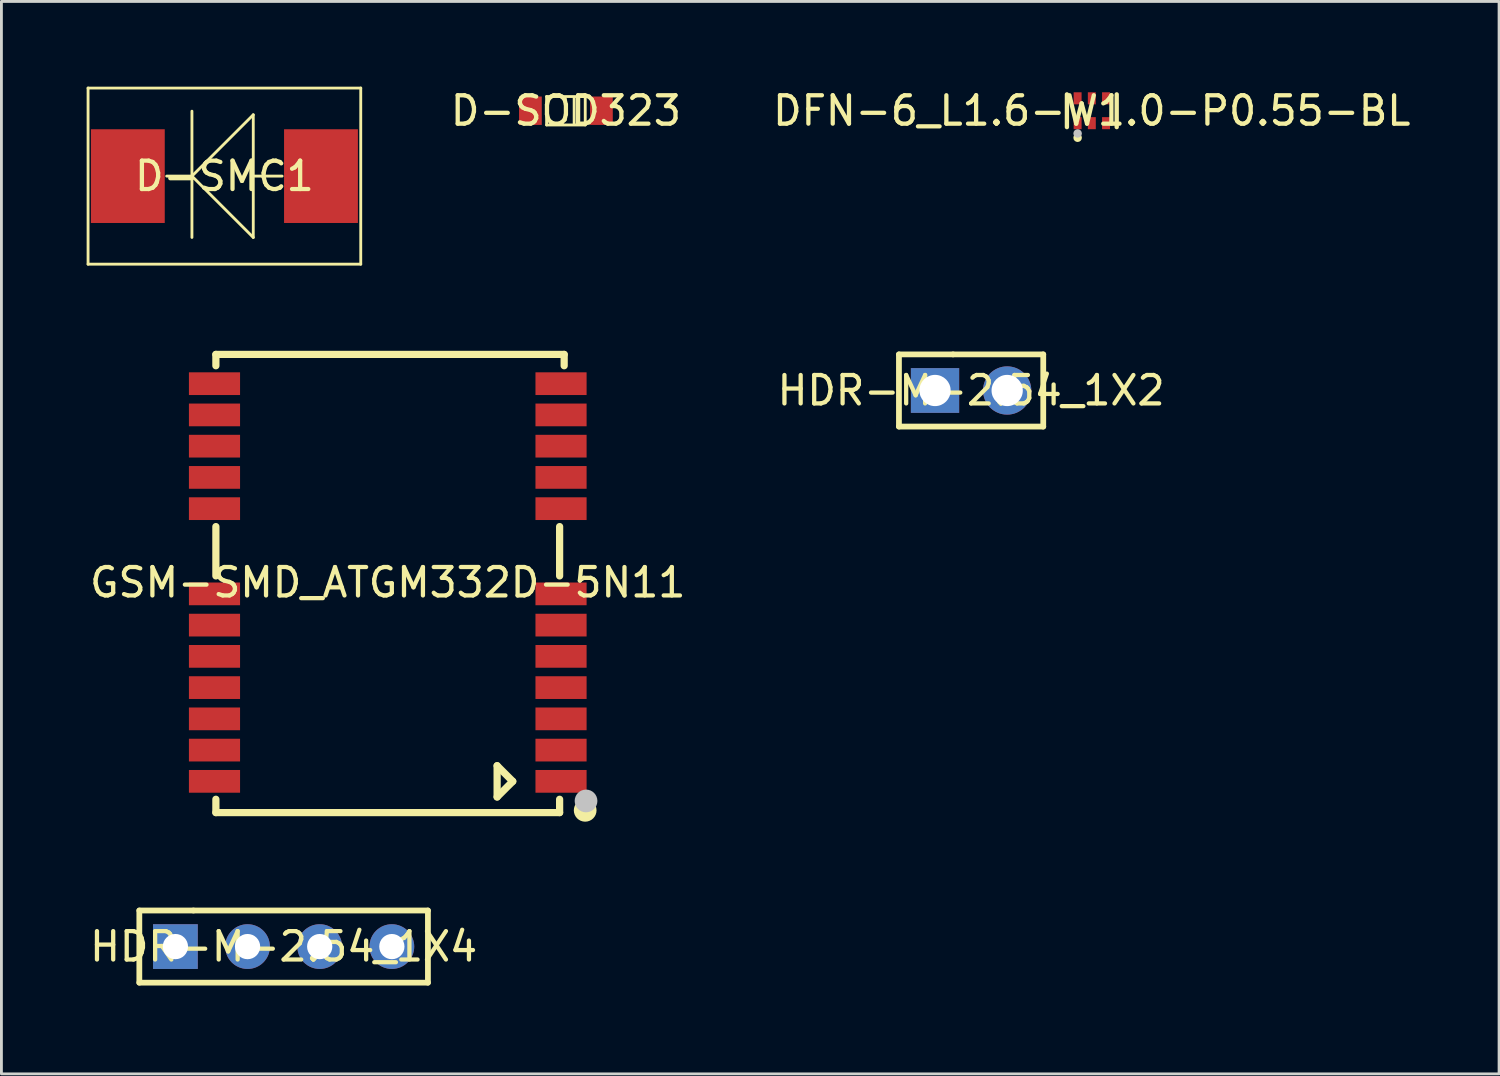
<source format=kicad_pcb>
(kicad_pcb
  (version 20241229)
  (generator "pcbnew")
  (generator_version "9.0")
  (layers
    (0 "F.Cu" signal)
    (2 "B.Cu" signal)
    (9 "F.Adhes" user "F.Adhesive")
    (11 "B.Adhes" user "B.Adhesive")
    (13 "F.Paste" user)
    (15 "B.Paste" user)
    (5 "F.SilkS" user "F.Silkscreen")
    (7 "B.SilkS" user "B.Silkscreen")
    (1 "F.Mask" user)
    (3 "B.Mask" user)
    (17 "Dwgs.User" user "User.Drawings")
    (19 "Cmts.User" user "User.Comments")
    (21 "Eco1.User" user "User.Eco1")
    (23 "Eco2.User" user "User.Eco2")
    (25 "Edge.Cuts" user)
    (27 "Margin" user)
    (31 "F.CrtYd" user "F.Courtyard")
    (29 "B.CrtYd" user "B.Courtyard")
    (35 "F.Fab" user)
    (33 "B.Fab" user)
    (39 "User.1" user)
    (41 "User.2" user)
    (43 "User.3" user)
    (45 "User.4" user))
  (footprint "HDR-M-2.54_1X4"
    (layer "F.Cu")
    (at 6.935 30.274)
    (property "Reference" "HDR-M-2.54_1X4" (at 0 0 0) (layer "F.SilkS") (effects (font (size 1 1) (thickness 0.15))))
    (fp_line (start -5.08 -1.27) (end -3.175 -1.27) (stroke (width 0.203) (type default)) (layer "F.SilkS"))
    (fp_line (start -5.08 1.27) (end -5.08 -1.27) (stroke (width 0.203) (type default)) (layer "F.SilkS"))
    (fp_line (start 5.08 -1.27) (end -3.175 -1.27) (stroke (width 0.203) (type default)) (layer "F.SilkS"))
    (fp_line (start 5.08 -1.27) (end 5.08 1.27) (stroke (width 0.203) (type default)) (layer "F.SilkS"))
    (fp_line (start 5.08 1.27) (end -5.08 1.27) (stroke (width 0.203) (type default)) (layer "F.SilkS"))
    (fp_poly (pts (xy -3.466 0) (xy -3.486 -0.118) (xy -3.546 -0.221) (xy -3.638 -0.298) (xy -3.75 -0.339) (xy -3.87 -0.339) (xy -3.982 -0.298) (xy -4.074 -0.221) (xy -4.134 -0.118) (xy -4.154 0) (xy -4.134 0.118) (xy -4.074 0.221) (xy -3.982 0.298) (xy -3.87 0.339) (xy -3.75 0.339) (xy -3.638 0.298) (xy -3.546 0.221) (xy -3.486 0.118)) (stroke (width 0.1) (type default)) (fill no) (layer "User.1"))
    (fp_poly (pts (xy -0.925 0) (xy -0.946 -0.118) (xy -1.006 -0.221) (xy -1.098 -0.298) (xy -1.21 -0.339) (xy -1.33 -0.339) (xy -1.442 -0.298) (xy -1.534 -0.221) (xy -1.594 -0.118) (xy -1.615 0) (xy -1.594 0.118) (xy -1.534 0.221) (xy -1.442 0.298) (xy -1.33 0.339) (xy -1.21 0.339) (xy -1.098 0.298) (xy -1.006 0.221) (xy -0.946 0.118)) (stroke (width 0.1) (type default)) (fill no) (layer "User.1"))
    (fp_poly (pts (xy 1.615 0) (xy 1.594 -0.118) (xy 1.534 -0.221) (xy 1.442 -0.298) (xy 1.33 -0.339) (xy 1.21 -0.339) (xy 1.098 -0.298) (xy 1.006 -0.221) (xy 0.946 -0.118) (xy 0.925 0) (xy 0.946 0.118) (xy 1.006 0.221) (xy 1.098 0.298) (xy 1.21 0.339) (xy 1.33 0.339) (xy 1.442 0.298) (xy 1.534 0.221) (xy 1.594 0.118)) (stroke (width 0.1) (type default)) (fill no) (layer "User.1"))
    (fp_poly (pts (xy 4.154 0) (xy 4.134 -0.118) (xy 4.074 -0.221) (xy 3.982 -0.298) (xy 3.87 -0.339) (xy 3.75 -0.339) (xy 3.638 -0.298) (xy 3.546 -0.221) (xy 3.486 -0.118) (xy 3.466 0) (xy 3.486 0.118) (xy 3.546 0.221) (xy 3.638 0.298) (xy 3.75 0.339) (xy 3.87 0.339) (xy 3.982 0.298) (xy 4.074 0.221) (xy 4.134 0.118)) (stroke (width 0.1) (type default)) (fill no) (layer "User.1"))
    (fp_line (start -5.181 -1.371) (end 5.181 -1.371) (stroke (width 0.051) (type default)) (layer "User.2"))
    (fp_line (start -5.181 1.371) (end -5.181 -1.371) (stroke (width 0.051) (type default)) (layer "User.2"))
    (fp_line (start 5.181 -1.371) (end 5.181 1.371) (stroke (width 0.051) (type default)) (layer "User.2"))
    (fp_line (start 5.181 1.371) (end -5.181 1.371) (stroke (width 0.051) (type default)) (layer "User.2"))
    (fp_poly (pts (xy -5.122 1.371) (xy -5.139 1.329) (xy -5.181 1.312) (xy -5.224 1.329) (xy -5.242 1.371) (xy -5.224 1.414) (xy -5.181 1.431) (xy -5.139 1.414)) (stroke (width 0.1) (type default)) (fill no) (layer "User.3"))
    (pad "1" thru_hole rect (at -3.81 0) (size 1.575 1.575) (drill 0.889) (layers "*.Cu" "*.Mask"))
    (pad "2" thru_hole circle (at -1.27 0) (size 1.575 1.575) (drill 0.889) (layers "*.Cu" "*.Mask"))
    (pad "3" thru_hole circle (at 1.27 0) (size 1.575 1.575) (drill 0.889) (layers "*.Cu" "*.Mask"))
    (pad "4" thru_hole circle (at 3.81 0) (size 1.575 1.575) (drill 0.889) (layers "*.Cu" "*.Mask")))
  (footprint "D-SMC1"
    (layer "F.Cu")
    (at 4.85 3.15)
    (property "Reference" "D-SMC1" (at 0 0 0) (layer "F.SilkS") (effects (font (size 1 1) (thickness 0.15))))
    (fp_line (start -4.8 -3.1) (end -4.8 3.1) (stroke (width 0.1) (type default)) (layer "F.SilkS"))
    (fp_line (start -4.8 3.1) (end 4.8 3.1) (stroke (width 0.1) (type default)) (layer "F.SilkS"))
    (fp_line (start -1.143 -2.286) (end -1.143 2.159) (stroke (width 0.1) (type default)) (layer "F.SilkS"))
    (fp_line (start -1.143 0) (end -2.032 0) (stroke (width 0.1) (type default)) (layer "F.SilkS"))
    (fp_line (start -1.143 0) (end 1.016 -2.159) (stroke (width 0.1) (type default)) (layer "F.SilkS"))
    (fp_line (start -1.143 0) (end 1.016 2.159) (stroke (width 0.1) (type default)) (layer "F.SilkS"))
    (fp_line (start 1.016 -2.159) (end 1.016 2.159) (stroke (width 0.1) (type default)) (layer "F.SilkS"))
    (fp_line (start 1.016 0) (end 2.032 0) (stroke (width 0.1) (type default)) (layer "F.SilkS"))
    (fp_line (start 4.8 -3.1) (end -4.8 -3.1) (stroke (width 0.1) (type default)) (layer "F.SilkS"))
    (fp_line (start 4.8 3.1) (end 4.8 -3.1) (stroke (width 0.1) (type default)) (layer "F.SilkS"))
    (pad "1" smd rect (at 3.4 0 90) (size 3.3 2.6) (layers "F.Cu" "F.Mask" "F.Paste"))
    (pad "2" smd rect (at -3.4 0 90) (size 3.3 2.6) (layers "F.Cu" "F.Mask" "F.Paste")))
  (footprint "D-SOD323"
    (layer "F.Cu")
    (at 16.873 0.848)
    (property "Reference" "D-SOD323" (at 0 0 0) (layer "F.SilkS") (effects (font (size 1 1) (thickness 0.15))))
    (fp_line (start -0.68 -0.5) (end 0.68 -0.499) (stroke (width 0.1) (type default)) (layer "F.SilkS"))
    (fp_line (start -0.68 0.501) (end -0.68 -0.5) (stroke (width 0.1) (type default)) (layer "F.SilkS"))
    (fp_line (start 0.29 0.451) (end 0.29 -0.449) (stroke (width 0.1) (type default)) (layer "F.SilkS"))
    (fp_line (start 0.68 -0.499) (end 0.68 0.501) (stroke (width 0.1) (type default)) (layer "F.SilkS"))
    (fp_line (start 0.68 0.501) (end -0.68 0.501) (stroke (width 0.1) (type default)) (layer "F.SilkS"))
    (pad "A" smd rect (at -1.25 0 90) (size 1 0.8) (layers "F.Cu" "F.Mask" "F.Paste"))
    (pad "K" smd rect (at 1.25 0 90) (size 1 0.8) (layers "F.Cu" "F.Mask" "F.Paste")))
  (footprint "HDR-M-2.54_1X2"
    (layer "F.Cu")
    (at 31.137 10.697)
    (property "Reference" "HDR-M-2.54_1X2" (at 0 0 0) (layer "F.SilkS") (effects (font (size 1 1) (thickness 0.15))))
    (fp_line (start -2.54 -1.27) (end -0.635 -1.27) (stroke (width 0.203) (type default)) (layer "F.SilkS"))
    (fp_line (start -2.54 1.27) (end -2.54 -1.27) (stroke (width 0.203) (type default)) (layer "F.SilkS"))
    (fp_line (start 2.54 -1.27) (end -0.635 -1.27) (stroke (width 0.203) (type default)) (layer "F.SilkS"))
    (fp_line (start 2.54 -1.27) (end 2.54 1.27) (stroke (width 0.203) (type default)) (layer "F.SilkS"))
    (fp_line (start 2.54 1.27) (end -2.54 1.27) (stroke (width 0.203) (type default)) (layer "F.SilkS"))
    (fp_poly (pts (xy -0.82 0) (xy -0.838 -0.127) (xy -0.891 -0.243) (xy -0.975 -0.34) (xy -1.083 -0.409) (xy -1.206 -0.445) (xy -1.334 -0.445) (xy -1.457 -0.409) (xy -1.565 -0.34) (xy -1.649 -0.243) (xy -1.702 -0.127) (xy -1.72 0) (xy -1.702 0.127) (xy -1.649 0.243) (xy -1.565 0.34) (xy -1.457 0.409) (xy -1.334 0.445) (xy -1.206 0.445) (xy -1.083 0.409) (xy -0.975 0.34) (xy -0.891 0.243) (xy -0.838 0.127)) (stroke (width 0.1) (type default)) (fill no) (layer "User.1"))
    (fp_poly (pts (xy 1.72 0) (xy 1.702 -0.127) (xy 1.649 -0.243) (xy 1.565 -0.34) (xy 1.457 -0.409) (xy 1.334 -0.445) (xy 1.206 -0.445) (xy 1.083 -0.409) (xy 0.975 -0.34) (xy 0.891 -0.243) (xy 0.838 -0.127) (xy 0.82 0) (xy 0.838 0.127) (xy 0.891 0.243) (xy 0.975 0.34) (xy 1.083 0.409) (xy 1.206 0.445) (xy 1.334 0.445) (xy 1.457 0.409) (xy 1.565 0.34) (xy 1.649 0.243) (xy 1.702 0.127)) (stroke (width 0.1) (type default)) (fill no) (layer "User.1"))
    (fp_line (start -2.642 -1.371) (end 2.642 -1.371) (stroke (width 0.051) (type default)) (layer "User.2"))
    (fp_line (start -2.642 1.371) (end -2.642 -1.371) (stroke (width 0.051) (type default)) (layer "User.2"))
    (fp_line (start 2.642 -1.371) (end 2.642 1.371) (stroke (width 0.051) (type default)) (layer "User.2"))
    (fp_line (start 2.642 1.371) (end -2.642 1.371) (stroke (width 0.051) (type default)) (layer "User.2"))
    (fp_poly (pts (xy -2.582 1.371) (xy -2.599 1.329) (xy -2.642 1.312) (xy -2.684 1.329) (xy -2.701 1.371) (xy -2.684 1.414) (xy -2.642 1.431) (xy -2.599 1.414)) (stroke (width 0.1) (type default)) (fill no) (layer "User.3"))
    (pad "1" thru_hole rect (at -1.27 0) (size 1.7 1.575) (drill 1.1) (layers "*.Cu" "*.Mask"))
    (pad "2" thru_hole circle (at 1.27 0) (size 1.7 1.7) (drill 1.1) (layers "*.Cu" "*.Mask")))
  (footprint "DFN-6_L1.6-W1.0-P0.55-BL"
    (layer "F.Cu")
    (at 35.385 0.848)
    (property "Reference" "DFN-6_L1.6-W1.0-P0.55-BL" (at 0 0 0) (layer "F.SilkS") (effects (font (size 1 1) (thickness 0.15))))
    (fp_line (start -0.875 0.577) (end -0.875 -0.576) (stroke (width 0.152) (type default)) (layer "F.SilkS"))
    (fp_line (start 0.878 0.577) (end 0.878 -0.576) (stroke (width 0.152) (type default)) (layer "F.SilkS"))
    (fp_circle (center -0.498 0.951) (end -0.423 0.951) (stroke (width 0.15) (type default)) (fill no) (layer "F.SilkS"))
    (fp_circle (center -0.498 0.8) (end -0.423 0.8) (stroke (width 0.15) (type default)) (fill no) (layer "Dwgs.User"))
    (fp_poly (pts (xy -0.603 -0.499) (xy -0.603 -0.249) (xy -0.393 -0.249) (xy -0.393 -0.499)) (stroke (width 0.1) (type default)) (fill no) (layer "User.1"))
    (fp_poly (pts (xy -0.603 0.5) (xy -0.603 0.251) (xy -0.393 0.251) (xy -0.393 0.5)) (stroke (width 0.1) (type default)) (fill no) (layer "User.1"))
    (fp_poly (pts (xy -0.103 -0.499) (xy -0.103 -0.249) (xy 0.107 -0.249) (xy 0.107 -0.499)) (stroke (width 0.1) (type default)) (fill no) (layer "User.1"))
    (fp_poly (pts (xy -0.103 0.5) (xy -0.103 0.251) (xy 0.107 0.251) (xy 0.107 0.5)) (stroke (width 0.1) (type default)) (fill no) (layer "User.1"))
    (fp_poly (pts (xy 0.397 -0.499) (xy 0.397 -0.249) (xy 0.607 -0.249) (xy 0.607 -0.499)) (stroke (width 0.1) (type default)) (fill no) (layer "User.1"))
    (fp_poly (pts (xy 0.397 0.5) (xy 0.397 0.251) (xy 0.607 0.251) (xy 0.607 0.5)) (stroke (width 0.1) (type default)) (fill no) (layer "User.1"))
    (fp_line (start -0.798 -0.499) (end 0.802 -0.499) (stroke (width 0.051) (type default)) (layer "User.2"))
    (fp_line (start -0.798 0.5) (end -0.798 -0.499) (stroke (width 0.051) (type default)) (layer "User.2"))
    (fp_line (start 0.802 -0.499) (end 0.802 0.5) (stroke (width 0.051) (type default)) (layer "User.2"))
    (fp_line (start 0.802 0.5) (end -0.798 0.5) (stroke (width 0.051) (type default)) (layer "User.2"))
    (fp_poly (pts (xy -0.738 0.5) (xy -0.756 0.458) (xy -0.798 0.441) (xy -0.84 0.458) (xy -0.858 0.5) (xy -0.84 0.543) (xy -0.798 0.56) (xy -0.756 0.543)) (stroke (width 0.1) (type default)) (fill no) (layer "User.3"))
    (pad "1" smd rect (at -0.498 0.438) (size 0.28 0.425) (layers "F.Cu" "F.Mask" "F.Paste"))
    (pad "2" smd rect (at 0.002 0.438) (size 0.28 0.425) (layers "F.Cu" "F.Mask" "F.Paste"))
    (pad "3" smd rect (at 0.502 0.438) (size 0.28 0.425) (layers "F.Cu" "F.Mask" "F.Paste"))
    (pad "4" smd rect (at 0.502 -0.437) (size 0.28 0.425) (layers "F.Cu" "F.Mask" "F.Paste"))
    (pad "5" smd rect (at 0.002 -0.437) (size 0.28 0.425) (layers "F.Cu" "F.Mask" "F.Paste"))
    (pad "6" smd rect (at -0.498 -0.437) (size 0.28 0.425) (layers "F.Cu" "F.Mask" "F.Paste")))
  (footprint "GSM-SMD_ATGM332D-5N11"
    (layer "F.Cu")
    (at 10.601 17.457)
    (property "Reference" "GSM-SMD_ATGM332D-5N11" (at 0 0 0) (layer "F.SilkS") (effects (font (size 1 1) (thickness 0.15))))
    (fp_line (start -6.051 -8.03) (end 6.21 -8.03) (stroke (width 0.254) (type default)) (layer "F.SilkS"))
    (fp_line (start -6.051 -7.631) (end -6.051 -8.03) (stroke (width 0.254) (type default)) (layer "F.SilkS"))
    (fp_line (start -6.051 -1.969) (end -6.051 -0.232) (stroke (width 0.254) (type default)) (layer "F.SilkS"))
    (fp_line (start -6.051 7.631) (end -6.051 8.1) (stroke (width 0.254) (type default)) (layer "F.SilkS"))
    (fp_line (start -6.051 8.1) (end 6.05 8.1) (stroke (width 0.254) (type default)) (layer "F.SilkS"))
    (fp_line (start 3.85 6.45) (end 4.4 7) (stroke (width 0.254) (type default)) (layer "F.SilkS"))
    (fp_line (start 3.85 7.55) (end 3.85 6.45) (stroke (width 0.254) (type default)) (layer "F.SilkS"))
    (fp_line (start 4.4 7) (end 3.85 7.55) (stroke (width 0.254) (type default)) (layer "F.SilkS"))
    (fp_line (start 6.05 -1.969) (end 6.05 -0.232) (stroke (width 0.254) (type default)) (layer "F.SilkS"))
    (fp_line (start 6.05 7.631) (end 6.05 8.1) (stroke (width 0.254) (type default)) (layer "F.SilkS"))
    (fp_line (start 6.21 -8.03) (end 6.21 -7.631) (stroke (width 0.254) (type default)) (layer "F.SilkS"))
    (fp_circle (center 6.95 8.02) (end 7.15 8.02) (stroke (width 0.4) (type default)) (fill no) (layer "F.SilkS"))
    (fp_circle (center 6.98 7.69) (end 7.18 7.69) (stroke (width 0.4) (type default)) (fill no) (layer "Dwgs.User"))
    (fp_poly (pts (xy -6.1 -6.6) (xy -6.1 -7.4) (xy -5.2 -7.4) (xy -5.2 -6.6)) (stroke (width 0.1) (type default)) (fill no) (layer "User.1"))
    (fp_poly (pts (xy -6.1 -5.5) (xy -6.1 -6.3) (xy -5.2 -6.3) (xy -5.2 -5.5)) (stroke (width 0.1) (type default)) (fill no) (layer "User.1"))
    (fp_poly (pts (xy -6.1 -4.4) (xy -6.1 -5.2) (xy -5.2 -5.2) (xy -5.2 -4.4)) (stroke (width 0.1) (type default)) (fill no) (layer "User.1"))
    (fp_poly (pts (xy -6.1 -3.3) (xy -6.1 -4.1) (xy -5.2 -4.1) (xy -5.2 -3.3)) (stroke (width 0.1) (type default)) (fill no) (layer "User.1"))
    (fp_poly (pts (xy -6.1 -2.2) (xy -6.1 -3) (xy -5.2 -3) (xy -5.2 -2.2)) (stroke (width 0.1) (type default)) (fill no) (layer "User.1"))
    (fp_poly (pts (xy -6.1 0.8) (xy -6.1 0) (xy -5.2 0) (xy -5.2 0.8)) (stroke (width 0.1) (type default)) (fill no) (layer "User.1"))
    (fp_poly (pts (xy -6.1 1.9) (xy -6.1 1.1) (xy -5.2 1.1) (xy -5.2 1.9)) (stroke (width 0.1) (type default)) (fill no) (layer "User.1"))
    (fp_poly (pts (xy -6.1 3) (xy -6.1 2.2) (xy -5.2 2.2) (xy -5.2 3)) (stroke (width 0.1) (type default)) (fill no) (layer "User.1"))
    (fp_poly (pts (xy -6.1 4.1) (xy -6.1 3.3) (xy -5.2 3.3) (xy -5.2 4.1)) (stroke (width 0.1) (type default)) (fill no) (layer "User.1"))
    (fp_poly (pts (xy -6.1 5.2) (xy -6.1 4.4) (xy -5.2 4.4) (xy -5.2 5.2)) (stroke (width 0.1) (type default)) (fill no) (layer "User.1"))
    (fp_poly (pts (xy -6.1 6.3) (xy -6.1 5.5) (xy -5.2 5.5) (xy -5.2 6.3)) (stroke (width 0.1) (type default)) (fill no) (layer "User.1"))
    (fp_poly (pts (xy -6.1 7.4) (xy -6.1 6.6) (xy -5.2 6.6) (xy -5.2 7.4)) (stroke (width 0.1) (type default)) (fill no) (layer "User.1"))
    (fp_poly (pts (xy 5.2 -6.6) (xy 5.2 -7.4) (xy 6.1 -7.4) (xy 6.1 -6.6)) (stroke (width 0.1) (type default)) (fill no) (layer "User.1"))
    (fp_poly (pts (xy 5.2 -5.5) (xy 5.2 -6.3) (xy 6.1 -6.3) (xy 6.1 -5.5)) (stroke (width 0.1) (type default)) (fill no) (layer "User.1"))
    (fp_poly (pts (xy 5.2 -4.4) (xy 5.2 -5.2) (xy 6.1 -5.2) (xy 6.1 -4.4)) (stroke (width 0.1) (type default)) (fill no) (layer "User.1"))
    (fp_poly (pts (xy 5.2 -3.3) (xy 5.2 -4.1) (xy 6.1 -4.1) (xy 6.1 -3.3)) (stroke (width 0.1) (type default)) (fill no) (layer "User.1"))
    (fp_poly (pts (xy 5.2 -2.2) (xy 5.2 -3) (xy 6.1 -3) (xy 6.1 -2.2)) (stroke (width 0.1) (type default)) (fill no) (layer "User.1"))
    (fp_poly (pts (xy 5.2 0.8) (xy 5.2 0) (xy 6.1 0) (xy 6.1 0.8)) (stroke (width 0.1) (type default)) (fill no) (layer "User.1"))
    (fp_poly (pts (xy 5.2 1.9) (xy 5.2 1.1) (xy 6.1 1.1) (xy 6.1 1.9)) (stroke (width 0.1) (type default)) (fill no) (layer "User.1"))
    (fp_poly (pts (xy 5.2 3) (xy 5.2 2.2) (xy 6.1 2.2) (xy 6.1 3)) (stroke (width 0.1) (type default)) (fill no) (layer "User.1"))
    (fp_poly (pts (xy 5.2 4.1) (xy 5.2 3.3) (xy 6.1 3.3) (xy 6.1 4.1)) (stroke (width 0.1) (type default)) (fill no) (layer "User.1"))
    (fp_poly (pts (xy 5.2 5.2) (xy 5.2 4.4) (xy 6.1 4.4) (xy 6.1 5.2)) (stroke (width 0.1) (type default)) (fill no) (layer "User.1"))
    (fp_poly (pts (xy 5.2 6.3) (xy 5.2 5.5) (xy 6.1 5.5) (xy 6.1 6.3)) (stroke (width 0.1) (type default)) (fill no) (layer "User.1"))
    (fp_poly (pts (xy 5.2 7.4) (xy 5.2 6.6) (xy 6.1 6.6) (xy 6.1 7.4)) (stroke (width 0.1) (type default)) (fill no) (layer "User.1"))
    (fp_line (start -6.1 -8) (end 6.1 -8) (stroke (width 0.051) (type default)) (layer "User.2"))
    (fp_line (start -6.1 8) (end -6.1 -8) (stroke (width 0.051) (type default)) (layer "User.2"))
    (fp_line (start 6.1 -8) (end 6.1 8) (stroke (width 0.051) (type default)) (layer "User.2"))
    (fp_line (start 6.1 8) (end -6.1 8) (stroke (width 0.051) (type default)) (layer "User.2"))
    (fp_poly (pts (xy 6.16 8) (xy 6.142 7.958) (xy 6.1 7.94) (xy 6.058 7.958) (xy 6.04 8) (xy 6.058 8.042) (xy 6.1 8.06) (xy 6.142 8.042)) (stroke (width 0.1) (type default)) (fill no) (layer "User.3"))
    (pad "1" smd rect (at 6.1 7 270) (size 0.8 1.8) (layers "F.Cu" "F.Mask" "F.Paste"))
    (pad "2" smd rect (at 6.1 5.9 270) (size 0.8 1.8) (layers "F.Cu" "F.Mask" "F.Paste"))
    (pad "3" smd rect (at 6.1 4.8 270) (size 0.8 1.8) (layers "F.Cu" "F.Mask" "F.Paste"))
    (pad "4" smd rect (at 6.1 3.7 270) (size 0.8 1.8) (layers "F.Cu" "F.Mask" "F.Paste"))
    (pad "5" smd rect (at 6.1 2.6 270) (size 0.8 1.8) (layers "F.Cu" "F.Mask" "F.Paste"))
    (pad "6" smd rect (at 6.1 1.5 270) (size 0.8 1.8) (layers "F.Cu" "F.Mask" "F.Paste"))
    (pad "7" smd rect (at 6.1 0.4 270) (size 0.8 1.8) (layers "F.Cu" "F.Mask" "F.Paste"))
    (pad "8" smd rect (at 6.1 -2.6 270) (size 0.8 1.8) (layers "F.Cu" "F.Mask" "F.Paste"))
    (pad "9" smd rect (at 6.1 -3.7 270) (size 0.8 1.8) (layers "F.Cu" "F.Mask" "F.Paste"))
    (pad "10" smd rect (at 6.1 -4.8 270) (size 0.8 1.8) (layers "F.Cu" "F.Mask" "F.Paste"))
    (pad "11" smd rect (at 6.1 -5.9 270) (size 0.8 1.8) (layers "F.Cu" "F.Mask" "F.Paste"))
    (pad "12" smd rect (at 6.1 -7 270) (size 0.8 1.8) (layers "F.Cu" "F.Mask" "F.Paste"))
    (pad "13" smd rect (at -6.1 -7 270) (size 0.8 1.8) (layers "F.Cu" "F.Mask" "F.Paste"))
    (pad "14" smd rect (at -6.1 -5.9 270) (size 0.8 1.8) (layers "F.Cu" "F.Mask" "F.Paste"))
    (pad "15" smd rect (at -6.1 -4.8 270) (size 0.8 1.8) (layers "F.Cu" "F.Mask" "F.Paste"))
    (pad "16" smd rect (at -6.1 -3.7 270) (size 0.8 1.8) (layers "F.Cu" "F.Mask" "F.Paste"))
    (pad "17" smd rect (at -6.1 -2.6 270) (size 0.8 1.8) (layers "F.Cu" "F.Mask" "F.Paste"))
    (pad "18" smd rect (at -6.1 0.4 270) (size 0.8 1.8) (layers "F.Cu" "F.Mask" "F.Paste"))
    (pad "19" smd rect (at -6.1 1.5 270) (size 0.8 1.8) (layers "F.Cu" "F.Mask" "F.Paste"))
    (pad "20" smd rect (at -6.1 2.6 270) (size 0.8 1.8) (layers "F.Cu" "F.Mask" "F.Paste"))
    (pad "21" smd rect (at -6.1 3.7 270) (size 0.8 1.8) (layers "F.Cu" "F.Mask" "F.Paste"))
    (pad "22" smd rect (at -6.1 4.8 270) (size 0.8 1.8) (layers "F.Cu" "F.Mask" "F.Paste"))
    (pad "23" smd rect (at -6.1 5.9 270) (size 0.8 1.8) (layers "F.Cu" "F.Mask" "F.Paste"))
    (pad "24" smd rect (at -6.1 7 270) (size 0.8 1.8) (layers "F.Cu" "F.Mask" "F.Paste")))
  (gr_rect
    (start -3 -3)
    (end 49.724 34.755)
    (stroke (width 0.1) (type default))
    (fill no)
    (layer "Edge.Cuts")))
</source>
